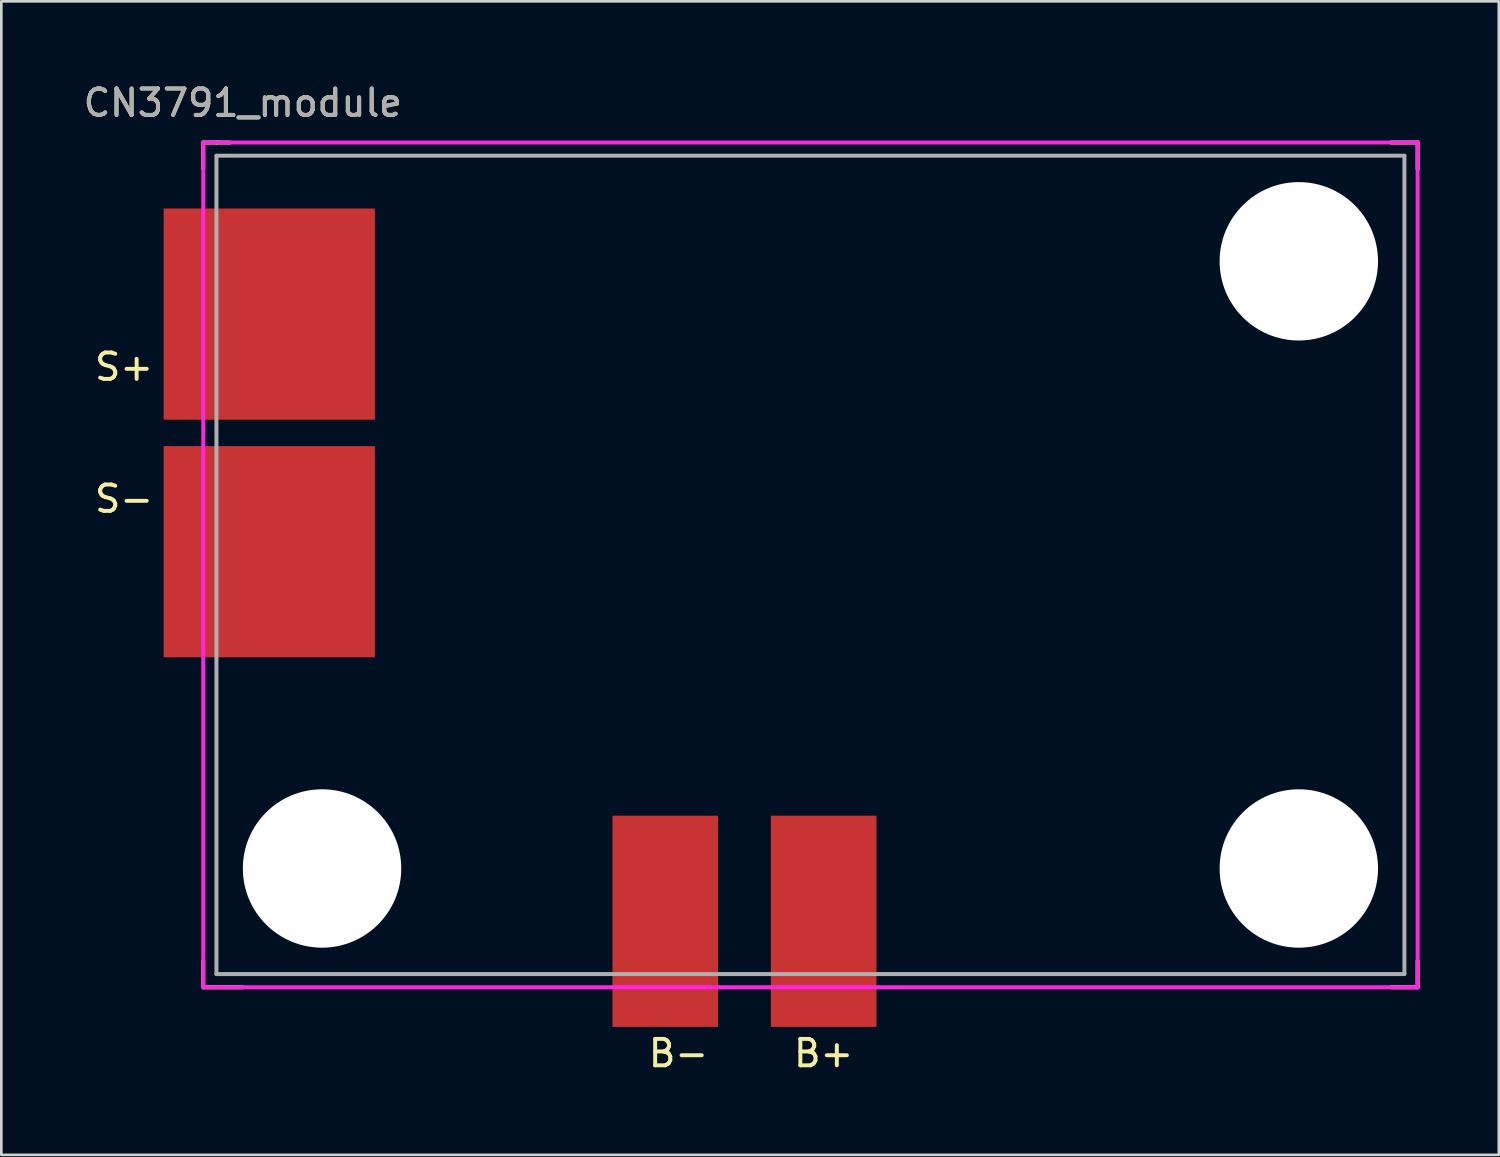
<source format=kicad_pcb>
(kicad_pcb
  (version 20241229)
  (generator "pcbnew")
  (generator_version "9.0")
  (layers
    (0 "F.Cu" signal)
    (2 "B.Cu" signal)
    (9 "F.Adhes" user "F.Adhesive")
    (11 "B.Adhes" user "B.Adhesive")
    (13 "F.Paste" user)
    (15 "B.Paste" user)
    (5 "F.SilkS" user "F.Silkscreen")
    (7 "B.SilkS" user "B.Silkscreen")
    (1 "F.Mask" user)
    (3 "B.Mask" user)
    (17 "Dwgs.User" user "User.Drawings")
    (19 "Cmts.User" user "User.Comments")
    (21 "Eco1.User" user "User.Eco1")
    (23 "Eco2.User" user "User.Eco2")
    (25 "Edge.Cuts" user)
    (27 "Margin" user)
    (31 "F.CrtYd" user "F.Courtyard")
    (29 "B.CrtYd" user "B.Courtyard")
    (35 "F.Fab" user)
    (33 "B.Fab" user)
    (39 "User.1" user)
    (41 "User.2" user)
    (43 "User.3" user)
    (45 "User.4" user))
  (footprint "CN3791_module"
    (layer "F.Cu")
    (at 5.149 33.848)
    (property "Reference" "CN3791_module" (at 1 -33 0) (layer "F.SilkS") (effects (font (size 1 1) (thickness 0.15))))
    (attr smd)
    (fp_line (start -0.5 -31.5) (end 0 -31.5) (stroke (width 0.15) (type solid)) (layer "F.SilkS"))
    (fp_line (start -0.5 -31) (end -0.5 -31.5) (stroke (width 0.15) (type solid)) (layer "F.SilkS"))
    (fp_line (start -0.5 -31) (end -0.5 -30.5) (stroke (width 0.15) (type solid)) (layer "F.SilkS"))
    (fp_line (start -0.5 -0.5) (end -0.5 0.5) (stroke (width 0.15) (type solid)) (layer "F.SilkS"))
    (fp_line (start -0.5 0.5) (end 1 0.5) (stroke (width 0.15) (type solid)) (layer "F.SilkS"))
    (fp_line (start 0 -31.5) (end 0.5 -31.5) (stroke (width 0.15) (type solid)) (layer "F.SilkS"))
    (fp_line (start 44.5 -31.5) (end 45.5 -31.5) (stroke (width 0.15) (type solid)) (layer "F.SilkS"))
    (fp_line (start 45.5 -31.5) (end 45.5 -30.5) (stroke (width 0.15) (type solid)) (layer "F.SilkS"))
    (fp_line (start 45.5 -0.5) (end 45.5 0.5) (stroke (width 0.15) (type solid)) (layer "F.SilkS"))
    (fp_line (start 45.5 0.5) (end 44.5 0.5) (stroke (width 0.15) (type solid)) (layer "F.SilkS"))
    (fp_line (start -0.5 -31.5) (end 45.5 -31.5) (stroke (width 0.15) (type solid)) (layer "F.CrtYd"))
    (fp_line (start -0.5 0.5) (end -0.5 -31.5) (stroke (width 0.15) (type solid)) (layer "F.CrtYd"))
    (fp_line (start 45.5 -31.5) (end 45.5 0.5) (stroke (width 0.15) (type solid)) (layer "F.CrtYd"))
    (fp_line (start 45.5 0.5) (end -0.5 0.5) (stroke (width 0.15) (type solid)) (layer "F.CrtYd"))
    (fp_line (start 0 -31) (end 45 -31) (stroke (width 0.15) (type solid)) (layer "F.Fab"))
    (fp_line (start 0 0) (end 0 -31) (stroke (width 0.15) (type solid)) (layer "F.Fab"))
    (fp_line (start 45 -31) (end 45 0) (stroke (width 0.15) (type solid)) (layer "F.Fab"))
    (fp_line (start 45 0) (end 0 0) (stroke (width 0.15) (type solid)) (layer "F.Fab"))
    (fp_text user "S+" (at -3.5 -23 0) (layer "F.SilkS") (effects (font (size 1 1) (thickness 0.15))))
    (fp_text user "S-" (at -3.5 -18 0) (layer "F.SilkS") (effects (font (size 1 1) (thickness 0.15))))
    (fp_text user "B+" (at 23 3 0) (layer "F.SilkS") (effects (font (size 1 1) (thickness 0.15))))
    (fp_text user "B-" (at 17.5 3 0) (layer "F.SilkS") (effects (font (size 1 1) (thickness 0.15))))
    (fp_text user "${REFERENCE}" (at 1 -33 0) (layer "F.Fab") (effects (font (size 1 1) (thickness 0.15))))
    (pad "" np_thru_hole circle (at 4 -4) (size 6 6) (drill 6) (layers "*.Cu" "*.Mask"))
    (pad "" np_thru_hole circle (at 41 -27) (size 6 6) (drill 6) (layers "*.Cu" "*.Mask"))
    (pad "" np_thru_hole circle (at 41 -4) (size 6 6) (drill 6) (layers "*.Cu" "*.Mask"))
    (pad "1" smd rect (at 2 -25 90) (size 8 8) (layers "F.Cu" "F.Mask" "F.Paste"))
    (pad "2" smd rect (at 2 -16 90) (size 8 8) (layers "F.Cu" "F.Mask" "F.Paste"))
    (pad "3" smd rect (at 23 -2) (size 4 8) (layers "F.Cu" "F.Mask" "F.Paste"))
    (pad "4" smd rect (at 17 -2 180) (size 4 8) (layers "F.Cu" "F.Mask" "F.Paste")))
  (gr_rect
    (start -3 -3)
    (end 53.724 40.697)
    (stroke (width 0.1) (type default))
    (fill no)
    (layer "Edge.Cuts")))
</source>
